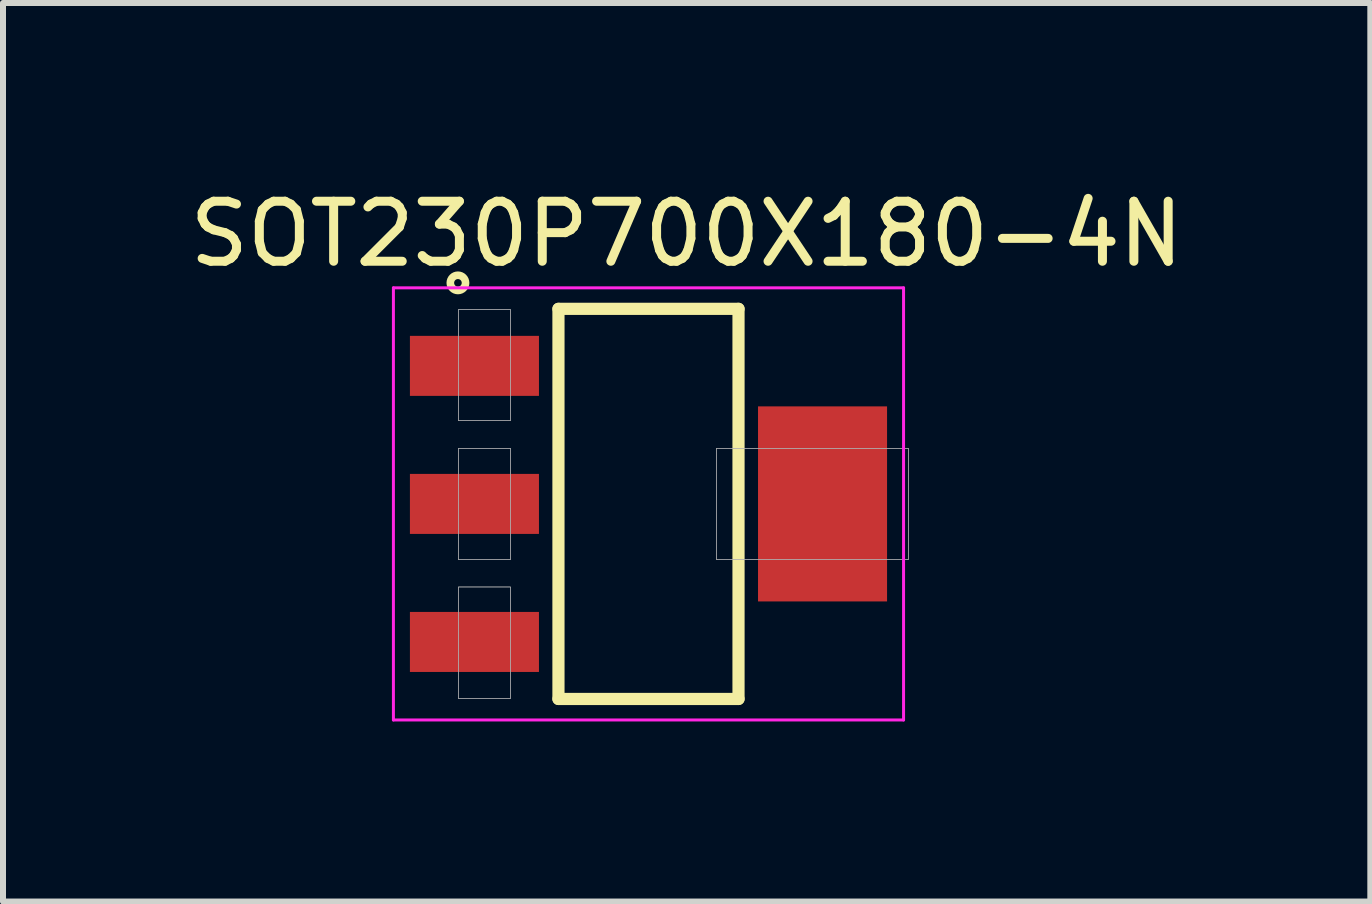
<source format=kicad_pcb>
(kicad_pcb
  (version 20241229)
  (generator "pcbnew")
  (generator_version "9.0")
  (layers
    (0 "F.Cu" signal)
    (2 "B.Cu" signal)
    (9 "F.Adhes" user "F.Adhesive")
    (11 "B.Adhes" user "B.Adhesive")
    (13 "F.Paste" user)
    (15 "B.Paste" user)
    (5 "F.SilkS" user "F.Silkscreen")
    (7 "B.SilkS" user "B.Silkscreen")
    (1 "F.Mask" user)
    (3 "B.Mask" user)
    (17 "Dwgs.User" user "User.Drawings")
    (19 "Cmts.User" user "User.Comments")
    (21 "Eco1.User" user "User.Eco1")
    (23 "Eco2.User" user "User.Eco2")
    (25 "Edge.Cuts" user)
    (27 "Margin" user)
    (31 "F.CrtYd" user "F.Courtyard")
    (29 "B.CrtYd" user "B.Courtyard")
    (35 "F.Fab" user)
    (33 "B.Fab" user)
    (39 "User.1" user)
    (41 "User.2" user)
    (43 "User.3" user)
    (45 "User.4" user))
  (footprint "SOT230P700X180-4N"
    (layer "F.Cu")
    (at 7.755 5.346)
    (property "Reference" "SOT230P700X180-4N" (at 0.635 -4.498 0) (layer "F.SilkS") (effects (font (size 1 1) (thickness 0.15))))
    (attr smd)
    (fp_line (start -1.5 -3.25) (end 1.5 -3.25) (stroke (width 0.203) (type solid)) (layer "F.SilkS"))
    (fp_line (start -1.5 3.25) (end -1.5 -3.25) (stroke (width 0.203) (type solid)) (layer "F.SilkS"))
    (fp_line (start 1.5 -3.25) (end 1.5 3.25) (stroke (width 0.203) (type solid)) (layer "F.SilkS"))
    (fp_line (start 1.5 3.25) (end -1.5 3.25) (stroke (width 0.203) (type solid)) (layer "F.SilkS"))
    (fp_circle (center -3.175 -3.683) (end -3.048 -3.683) (stroke (width 0.127) (type solid)) (fill no) (layer "F.SilkS"))
    (fp_line (start -4.25 -3.6) (end 4.25 -3.6) (stroke (width 0.05) (type solid)) (layer "F.CrtYd"))
    (fp_line (start -4.25 3.6) (end -4.25 -3.6) (stroke (width 0.05) (type solid)) (layer "F.CrtYd"))
    (fp_line (start 4.25 -3.6) (end 4.25 3.6) (stroke (width 0.05) (type solid)) (layer "F.CrtYd"))
    (fp_line (start 4.25 3.6) (end -4.25 3.6) (stroke (width 0.05) (type solid)) (layer "F.CrtYd"))
    (fp_poly (pts (xy -3.168 1.384) (xy -2.299 1.384) (xy -2.299 3.244) (xy -3.168 3.244)) (stroke (width 0.01) (type solid)) (fill no) (layer "F.Fab"))
    (fp_poly (pts (xy -3.168 -0.927) (xy -2.299 -0.927) (xy -2.299 0.929) (xy -3.168 0.929)) (stroke (width 0.01) (type solid)) (fill no) (layer "F.Fab"))
    (fp_poly (pts (xy -3.167 -3.239) (xy -2.299 -3.239) (xy -2.299 -1.386) (xy -3.167 -1.386)) (stroke (width 0.01) (type solid)) (fill no) (layer "F.Fab"))
    (fp_poly (pts (xy -3.166 -3.239) (xy -2.299 -3.239) (xy -2.299 -1.386) (xy -3.166 -1.386)) (stroke (width 0.01) (type solid)) (fill no) (layer "F.Fab"))
    (fp_poly (pts (xy -3.166 -0.927) (xy -2.299 -0.927) (xy -2.299 0.928) (xy -3.166 0.928)) (stroke (width 0.01) (type solid)) (fill no) (layer "F.Fab"))
    (fp_poly (pts (xy -3.166 1.384) (xy -2.299 1.384) (xy -2.299 3.242) (xy -3.166 3.242)) (stroke (width 0.01) (type solid)) (fill no) (layer "F.Fab"))
    (fp_poly (pts (xy 1.13 -0.927) (xy 4.331 -0.927) (xy 4.331 0.927) (xy 1.13 0.927)) (stroke (width 0.01) (type solid)) (fill no) (layer "F.Fab"))
    (fp_poly (pts (xy 1.132 -0.927) (xy 4.331 -0.927) (xy 4.331 0.928) (xy 1.132 0.928)) (stroke (width 0.01) (type solid)) (fill no) (layer "F.Fab"))
    (pad "1" smd rect (at -2.9 -2.3 270) (size 1 2.15) (layers "F.Cu" "F.Mask" "F.Paste"))
    (pad "2" smd rect (at -2.9 0 270) (size 1 2.15) (layers "F.Cu" "F.Mask" "F.Paste"))
    (pad "3" smd rect (at -2.9 2.3 270) (size 1 2.15) (layers "F.Cu" "F.Mask" "F.Paste"))
    (pad "4" smd rect (at 2.9 0 270) (size 3.25 2.15) (layers "F.Cu" "F.Mask" "F.Paste")))
  (gr_rect
    (start -3 -3)
    (end 19.782 11.971)
    (stroke (width 0.1) (type default))
    (fill no)
    (layer "Edge.Cuts")))
</source>
